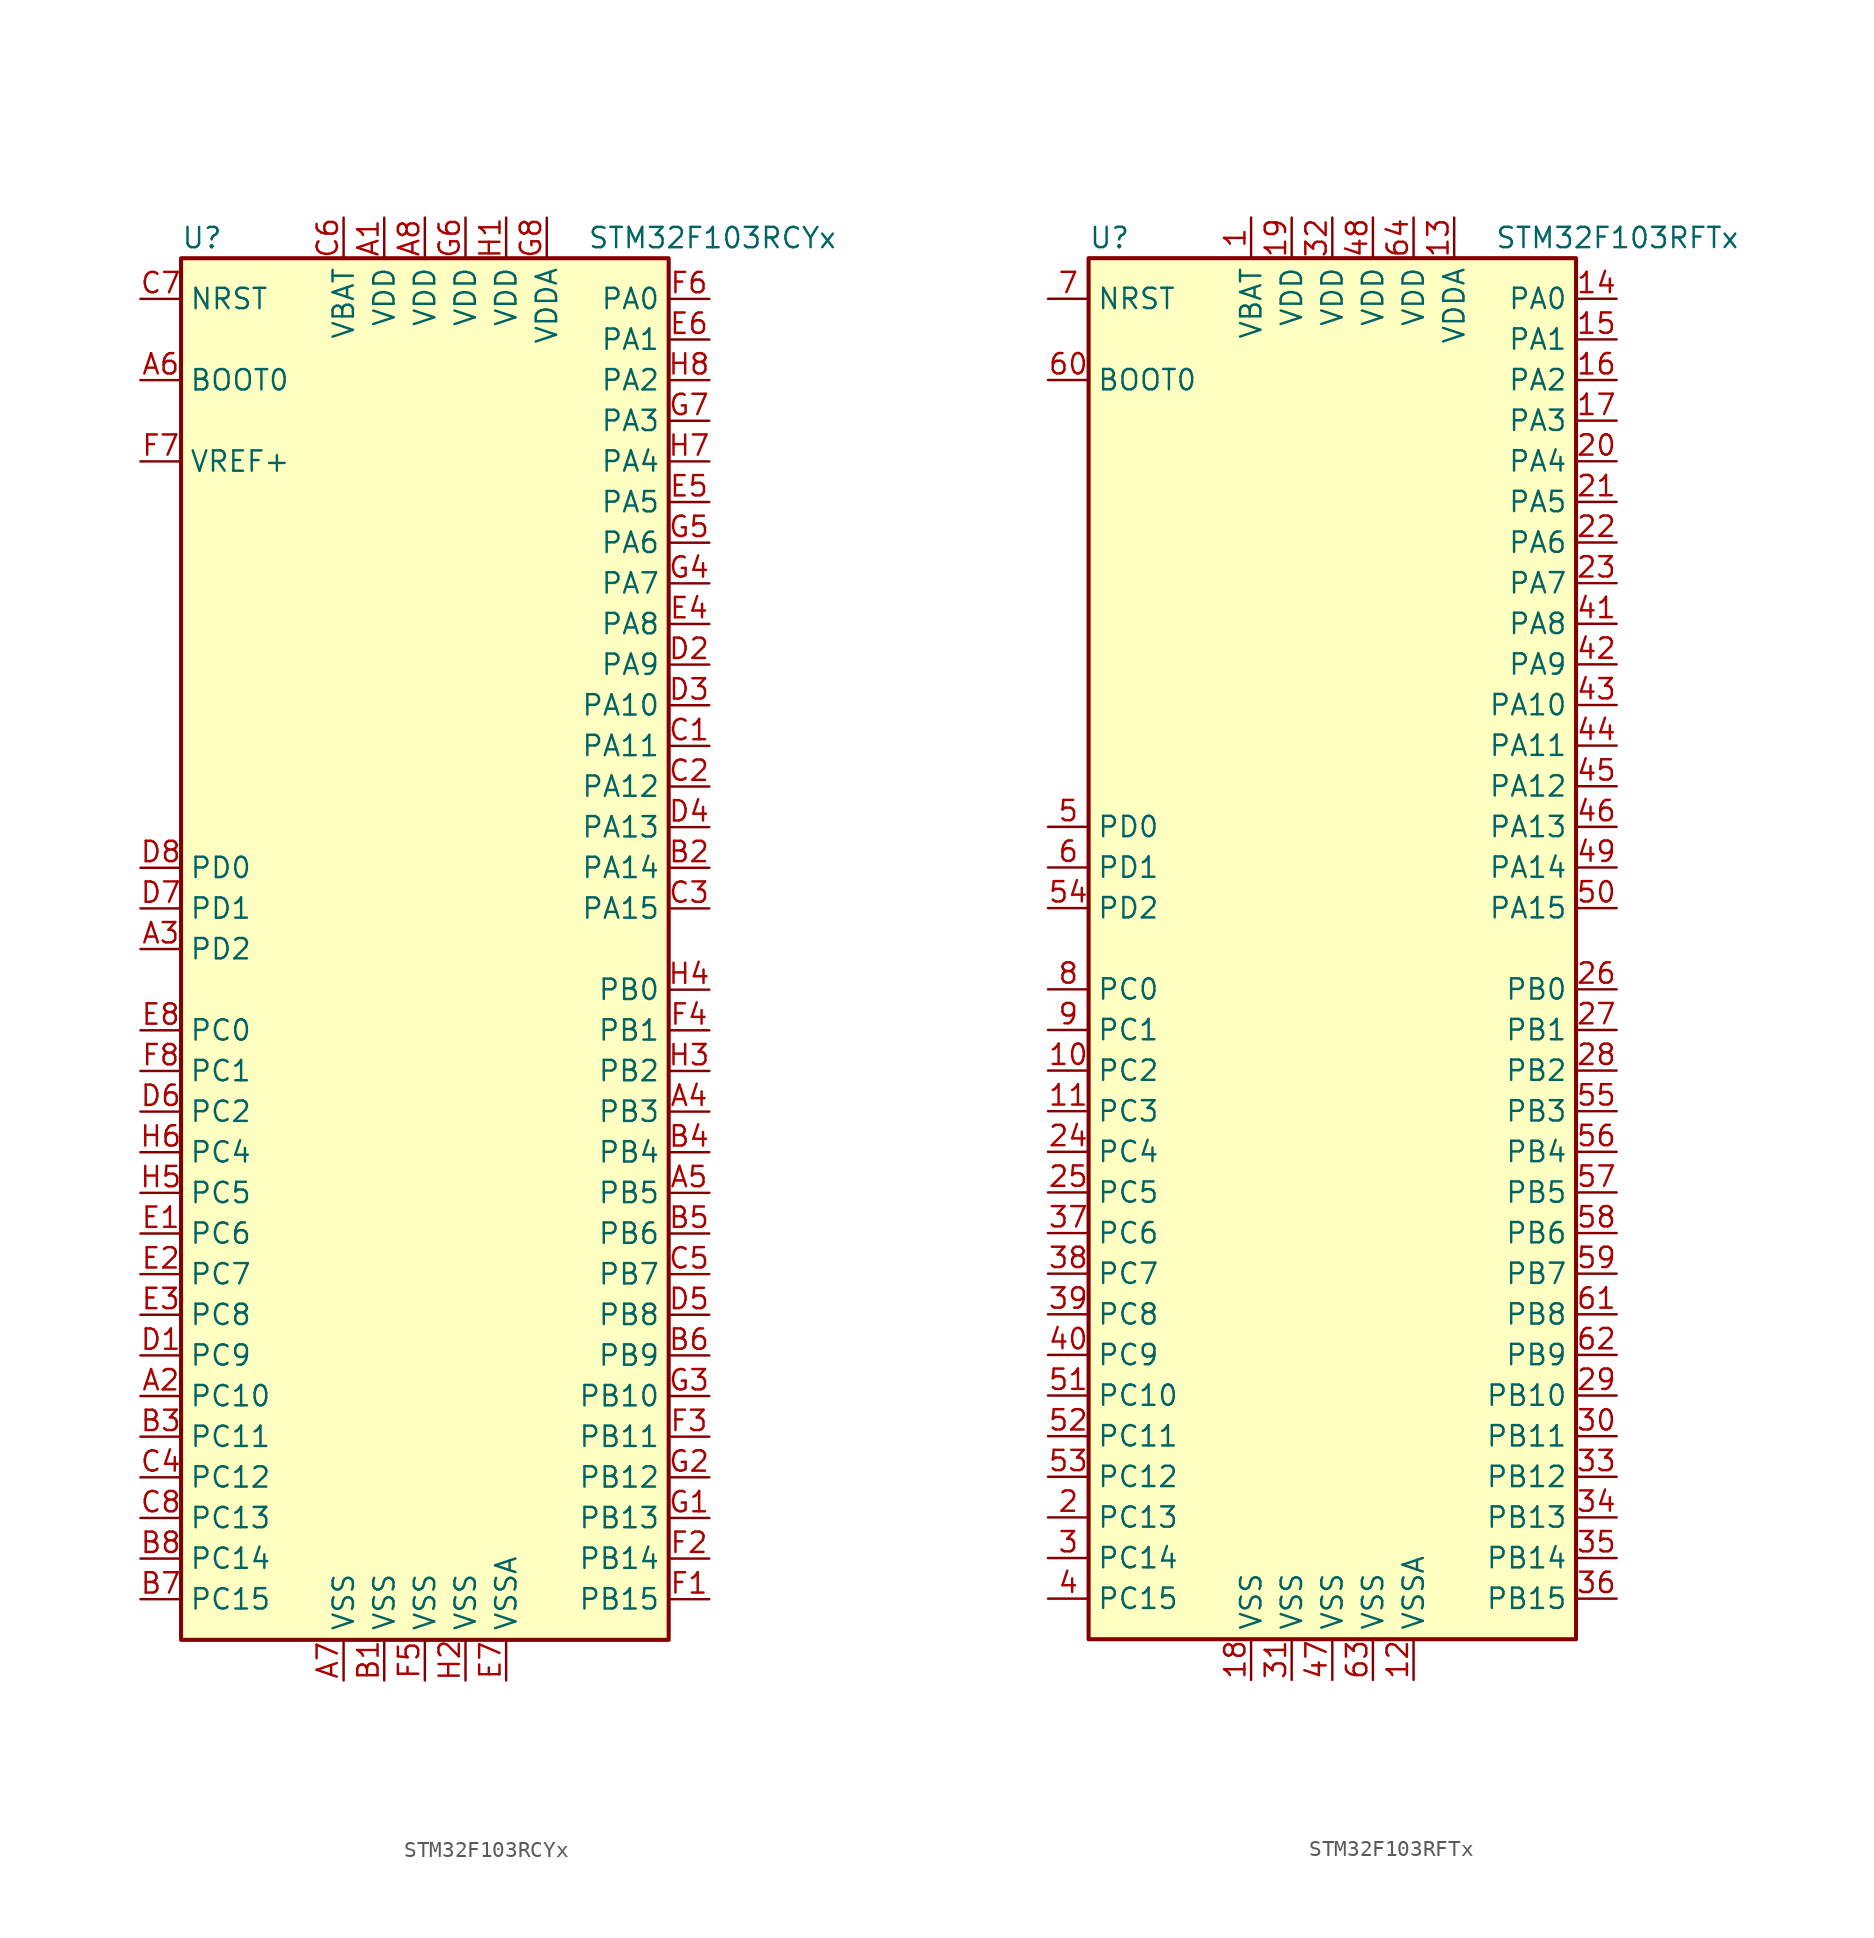
<source format=kicad_sym>
(kicad_symbol_lib
  (version 20201005)
  (generator kicad_symbol_editor)
  (symbol "STM32F103RCYx"
    (property "Reference" "U"
      (at -15.24 44.45 0)
      (effects (font (size 1.27 1.27)) (justify left)))
    (property "Value" "STM32F103RCYx"
      (at 10.16 44.45 0)
      (effects (font (size 1.27 1.27)) (justify left)))
    (symbol "STM32F103RCYx_0_1"
      (rectangle (start -15.24 -43.18) (end 15.24 43.18) (stroke (width 0.254)) (fill (type background))))
    (symbol "STM32F103RCYx_1_1"
      (pin input line (at -17.78 35.56 0) (length 2.54) (name "BOOT0" (effects (font (size 1.27 1.27)))) (number "A6" (effects (font (size 1.27 1.27)))))
      (pin input line (at -17.78 40.64 0) (length 2.54) (name "NRST" (effects (font (size 1.27 1.27)))) (number "C7" (effects (font (size 1.27 1.27)))))
      (pin bidirectional line (at 17.78 40.64 180) (length 2.54) (name "PA0" (effects (font (size 1.27 1.27)))) (number "F6" (effects (font (size 1.27 1.27)))))
      (pin bidirectional line (at 17.78 38.1 180) (length 2.54) (name "PA1" (effects (font (size 1.27 1.27)))) (number "E6" (effects (font (size 1.27 1.27)))))
      (pin bidirectional line (at 17.78 15.24 180) (length 2.54) (name "PA10" (effects (font (size 1.27 1.27)))) (number "D3" (effects (font (size 1.27 1.27)))))
      (pin bidirectional line (at 17.78 12.7 180) (length 2.54) (name "PA11" (effects (font (size 1.27 1.27)))) (number "C1" (effects (font (size 1.27 1.27)))))
      (pin bidirectional line (at 17.78 10.16 180) (length 2.54) (name "PA12" (effects (font (size 1.27 1.27)))) (number "C2" (effects (font (size 1.27 1.27)))))
      (pin bidirectional line (at 17.78 7.62 180) (length 2.54) (name "PA13" (effects (font (size 1.27 1.27)))) (number "D4" (effects (font (size 1.27 1.27)))))
      (pin bidirectional line (at 17.78 5.08 180) (length 2.54) (name "PA14" (effects (font (size 1.27 1.27)))) (number "B2" (effects (font (size 1.27 1.27)))))
      (pin bidirectional line (at 17.78 2.54 180) (length 2.54) (name "PA15" (effects (font (size 1.27 1.27)))) (number "C3" (effects (font (size 1.27 1.27)))))
      (pin bidirectional line (at 17.78 35.56 180) (length 2.54) (name "PA2" (effects (font (size 1.27 1.27)))) (number "H8" (effects (font (size 1.27 1.27)))))
      (pin bidirectional line (at 17.78 33.02 180) (length 2.54) (name "PA3" (effects (font (size 1.27 1.27)))) (number "G7" (effects (font (size 1.27 1.27)))))
      (pin bidirectional line (at 17.78 30.48 180) (length 2.54) (name "PA4" (effects (font (size 1.27 1.27)))) (number "H7" (effects (font (size 1.27 1.27)))))
      (pin bidirectional line (at 17.78 27.94 180) (length 2.54) (name "PA5" (effects (font (size 1.27 1.27)))) (number "E5" (effects (font (size 1.27 1.27)))))
      (pin bidirectional line (at 17.78 25.4 180) (length 2.54) (name "PA6" (effects (font (size 1.27 1.27)))) (number "G5" (effects (font (size 1.27 1.27)))))
      (pin bidirectional line (at 17.78 22.86 180) (length 2.54) (name "PA7" (effects (font (size 1.27 1.27)))) (number "G4" (effects (font (size 1.27 1.27)))))
      (pin bidirectional line (at 17.78 20.32 180) (length 2.54) (name "PA8" (effects (font (size 1.27 1.27)))) (number "E4" (effects (font (size 1.27 1.27)))))
      (pin bidirectional line (at 17.78 17.78 180) (length 2.54) (name "PA9" (effects (font (size 1.27 1.27)))) (number "D2" (effects (font (size 1.27 1.27)))))
      (pin bidirectional line (at 17.78 -2.54 180) (length 2.54) (name "PB0" (effects (font (size 1.27 1.27)))) (number "H4" (effects (font (size 1.27 1.27)))))
      (pin bidirectional line (at 17.78 -5.08 180) (length 2.54) (name "PB1" (effects (font (size 1.27 1.27)))) (number "F4" (effects (font (size 1.27 1.27)))))
      (pin bidirectional line (at 17.78 -27.94 180) (length 2.54) (name "PB10" (effects (font (size 1.27 1.27)))) (number "G3" (effects (font (size 1.27 1.27)))))
      (pin bidirectional line (at 17.78 -30.48 180) (length 2.54) (name "PB11" (effects (font (size 1.27 1.27)))) (number "F3" (effects (font (size 1.27 1.27)))))
      (pin bidirectional line (at 17.78 -33.02 180) (length 2.54) (name "PB12" (effects (font (size 1.27 1.27)))) (number "G2" (effects (font (size 1.27 1.27)))))
      (pin bidirectional line (at 17.78 -35.56 180) (length 2.54) (name "PB13" (effects (font (size 1.27 1.27)))) (number "G1" (effects (font (size 1.27 1.27)))))
      (pin bidirectional line (at 17.78 -38.1 180) (length 2.54) (name "PB14" (effects (font (size 1.27 1.27)))) (number "F2" (effects (font (size 1.27 1.27)))))
      (pin bidirectional line (at 17.78 -40.64 180) (length 2.54) (name "PB15" (effects (font (size 1.27 1.27)))) (number "F1" (effects (font (size 1.27 1.27)))))
      (pin bidirectional line (at 17.78 -7.62 180) (length 2.54) (name "PB2" (effects (font (size 1.27 1.27)))) (number "H3" (effects (font (size 1.27 1.27)))))
      (pin bidirectional line (at 17.78 -10.16 180) (length 2.54) (name "PB3" (effects (font (size 1.27 1.27)))) (number "A4" (effects (font (size 1.27 1.27)))))
      (pin bidirectional line (at 17.78 -12.7 180) (length 2.54) (name "PB4" (effects (font (size 1.27 1.27)))) (number "B4" (effects (font (size 1.27 1.27)))))
      (pin bidirectional line (at 17.78 -15.24 180) (length 2.54) (name "PB5" (effects (font (size 1.27 1.27)))) (number "A5" (effects (font (size 1.27 1.27)))))
      (pin bidirectional line (at 17.78 -17.78 180) (length 2.54) (name "PB6" (effects (font (size 1.27 1.27)))) (number "B5" (effects (font (size 1.27 1.27)))))
      (pin bidirectional line (at 17.78 -20.32 180) (length 2.54) (name "PB7" (effects (font (size 1.27 1.27)))) (number "C5" (effects (font (size 1.27 1.27)))))
      (pin bidirectional line (at 17.78 -22.86 180) (length 2.54) (name "PB8" (effects (font (size 1.27 1.27)))) (number "D5" (effects (font (size 1.27 1.27)))))
      (pin bidirectional line (at 17.78 -25.4 180) (length 2.54) (name "PB9" (effects (font (size 1.27 1.27)))) (number "B6" (effects (font (size 1.27 1.27)))))
      (pin bidirectional line (at -17.78 -5.08 0) (length 2.54) (name "PC0" (effects (font (size 1.27 1.27)))) (number "E8" (effects (font (size 1.27 1.27)))))
      (pin bidirectional line (at -17.78 -7.62 0) (length 2.54) (name "PC1" (effects (font (size 1.27 1.27)))) (number "F8" (effects (font (size 1.27 1.27)))))
      (pin bidirectional line (at -17.78 -27.94 0) (length 2.54) (name "PC10" (effects (font (size 1.27 1.27)))) (number "A2" (effects (font (size 1.27 1.27)))))
      (pin bidirectional line (at -17.78 -30.48 0) (length 2.54) (name "PC11" (effects (font (size 1.27 1.27)))) (number "B3" (effects (font (size 1.27 1.27)))))
      (pin bidirectional line (at -17.78 -33.02 0) (length 2.54) (name "PC12" (effects (font (size 1.27 1.27)))) (number "C4" (effects (font (size 1.27 1.27)))))
      (pin bidirectional line (at -17.78 -35.56 0) (length 2.54) (name "PC13" (effects (font (size 1.27 1.27)))) (number "C8" (effects (font (size 1.27 1.27)))))
      (pin bidirectional line (at -17.78 -38.1 0) (length 2.54) (name "PC14" (effects (font (size 1.27 1.27)))) (number "B8" (effects (font (size 1.27 1.27)))))
      (pin bidirectional line (at -17.78 -40.64 0) (length 2.54) (name "PC15" (effects (font (size 1.27 1.27)))) (number "B7" (effects (font (size 1.27 1.27)))))
      (pin bidirectional line (at -17.78 -10.16 0) (length 2.54) (name "PC2" (effects (font (size 1.27 1.27)))) (number "D6" (effects (font (size 1.27 1.27)))))
      (pin bidirectional line (at -17.78 -12.7 0) (length 2.54) (name "PC4" (effects (font (size 1.27 1.27)))) (number "H6" (effects (font (size 1.27 1.27)))))
      (pin bidirectional line (at -17.78 -15.24 0) (length 2.54) (name "PC5" (effects (font (size 1.27 1.27)))) (number "H5" (effects (font (size 1.27 1.27)))))
      (pin bidirectional line (at -17.78 -17.78 0) (length 2.54) (name "PC6" (effects (font (size 1.27 1.27)))) (number "E1" (effects (font (size 1.27 1.27)))))
      (pin bidirectional line (at -17.78 -20.32 0) (length 2.54) (name "PC7" (effects (font (size 1.27 1.27)))) (number "E2" (effects (font (size 1.27 1.27)))))
      (pin bidirectional line (at -17.78 -22.86 0) (length 2.54) (name "PC8" (effects (font (size 1.27 1.27)))) (number "E3" (effects (font (size 1.27 1.27)))))
      (pin bidirectional line (at -17.78 -25.4 0) (length 2.54) (name "PC9" (effects (font (size 1.27 1.27)))) (number "D1" (effects (font (size 1.27 1.27)))))
      (pin input line (at -17.78 5.08 0) (length 2.54) (name "PD0" (effects (font (size 1.27 1.27)))) (number "D8" (effects (font (size 1.27 1.27)))))
      (pin input line (at -17.78 2.54 0) (length 2.54) (name "PD1" (effects (font (size 1.27 1.27)))) (number "D7" (effects (font (size 1.27 1.27)))))
      (pin bidirectional line (at -17.78 0 0) (length 2.54) (name "PD2" (effects (font (size 1.27 1.27)))) (number "A3" (effects (font (size 1.27 1.27)))))
      (pin power_in line (at -5.08 45.72 270) (length 2.54) (name "VBAT" (effects (font (size 1.27 1.27)))) (number "C6" (effects (font (size 1.27 1.27)))))
      (pin power_in line (at -2.54 45.72 270) (length 2.54) (name "VDD" (effects (font (size 1.27 1.27)))) (number "A1" (effects (font (size 1.27 1.27)))))
      (pin power_in line (at 0 45.72 270) (length 2.54) (name "VDD" (effects (font (size 1.27 1.27)))) (number "A8" (effects (font (size 1.27 1.27)))))
      (pin power_in line (at 2.54 45.72 270) (length 2.54) (name "VDD" (effects (font (size 1.27 1.27)))) (number "G6" (effects (font (size 1.27 1.27)))))
      (pin power_in line (at 5.08 45.72 270) (length 2.54) (name "VDD" (effects (font (size 1.27 1.27)))) (number "H1" (effects (font (size 1.27 1.27)))))
      (pin power_in line (at 7.62 45.72 270) (length 2.54) (name "VDDA" (effects (font (size 1.27 1.27)))) (number "G8" (effects (font (size 1.27 1.27)))))
      (pin power_in line (at -17.78 30.48 0) (length 2.54) (name "VREF+" (effects (font (size 1.27 1.27)))) (number "F7" (effects (font (size 1.27 1.27)))))
      (pin power_in line (at -5.08 -45.72 90) (length 2.54) (name "VSS" (effects (font (size 1.27 1.27)))) (number "A7" (effects (font (size 1.27 1.27)))))
      (pin power_in line (at -2.54 -45.72 90) (length 2.54) (name "VSS" (effects (font (size 1.27 1.27)))) (number "B1" (effects (font (size 1.27 1.27)))))
      (pin power_in line (at 0 -45.72 90) (length 2.54) (name "VSS" (effects (font (size 1.27 1.27)))) (number "F5" (effects (font (size 1.27 1.27)))))
      (pin power_in line (at 2.54 -45.72 90) (length 2.54) (name "VSS" (effects (font (size 1.27 1.27)))) (number "H2" (effects (font (size 1.27 1.27)))))
      (pin power_in line (at 5.08 -45.72 90) (length 2.54) (name "VSSA" (effects (font (size 1.27 1.27)))) (number "E7" (effects (font (size 1.27 1.27)))))))
  (symbol "STM32F103RFTx"
    (property "Reference" "U"
      (at -15.24 44.45 0)
      (effects (font (size 1.27 1.27)) (justify left)))
    (property "Value" "STM32F103RFTx"
      (at 10.16 44.45 0)
      (effects (font (size 1.27 1.27)) (justify left)))
    (symbol "STM32F103RFTx_0_1"
      (rectangle (start -15.24 -43.18) (end 15.24 43.18) (stroke (width 0.254)) (fill (type background))))
    (symbol "STM32F103RFTx_1_1"
      (pin input line (at -17.78 35.56 0) (length 2.54) (name "BOOT0" (effects (font (size 1.27 1.27)))) (number "60" (effects (font (size 1.27 1.27)))))
      (pin input line (at -17.78 40.64 0) (length 2.54) (name "NRST" (effects (font (size 1.27 1.27)))) (number "7" (effects (font (size 1.27 1.27)))))
      (pin bidirectional line (at 17.78 40.64 180) (length 2.54) (name "PA0" (effects (font (size 1.27 1.27)))) (number "14" (effects (font (size 1.27 1.27)))))
      (pin bidirectional line (at 17.78 38.1 180) (length 2.54) (name "PA1" (effects (font (size 1.27 1.27)))) (number "15" (effects (font (size 1.27 1.27)))))
      (pin bidirectional line (at 17.78 15.24 180) (length 2.54) (name "PA10" (effects (font (size 1.27 1.27)))) (number "43" (effects (font (size 1.27 1.27)))))
      (pin bidirectional line (at 17.78 12.7 180) (length 2.54) (name "PA11" (effects (font (size 1.27 1.27)))) (number "44" (effects (font (size 1.27 1.27)))))
      (pin bidirectional line (at 17.78 10.16 180) (length 2.54) (name "PA12" (effects (font (size 1.27 1.27)))) (number "45" (effects (font (size 1.27 1.27)))))
      (pin bidirectional line (at 17.78 7.62 180) (length 2.54) (name "PA13" (effects (font (size 1.27 1.27)))) (number "46" (effects (font (size 1.27 1.27)))))
      (pin bidirectional line (at 17.78 5.08 180) (length 2.54) (name "PA14" (effects (font (size 1.27 1.27)))) (number "49" (effects (font (size 1.27 1.27)))))
      (pin bidirectional line (at 17.78 2.54 180) (length 2.54) (name "PA15" (effects (font (size 1.27 1.27)))) (number "50" (effects (font (size 1.27 1.27)))))
      (pin bidirectional line (at 17.78 35.56 180) (length 2.54) (name "PA2" (effects (font (size 1.27 1.27)))) (number "16" (effects (font (size 1.27 1.27)))))
      (pin bidirectional line (at 17.78 33.02 180) (length 2.54) (name "PA3" (effects (font (size 1.27 1.27)))) (number "17" (effects (font (size 1.27 1.27)))))
      (pin bidirectional line (at 17.78 30.48 180) (length 2.54) (name "PA4" (effects (font (size 1.27 1.27)))) (number "20" (effects (font (size 1.27 1.27)))))
      (pin bidirectional line (at 17.78 27.94 180) (length 2.54) (name "PA5" (effects (font (size 1.27 1.27)))) (number "21" (effects (font (size 1.27 1.27)))))
      (pin bidirectional line (at 17.78 25.4 180) (length 2.54) (name "PA6" (effects (font (size 1.27 1.27)))) (number "22" (effects (font (size 1.27 1.27)))))
      (pin bidirectional line (at 17.78 22.86 180) (length 2.54) (name "PA7" (effects (font (size 1.27 1.27)))) (number "23" (effects (font (size 1.27 1.27)))))
      (pin bidirectional line (at 17.78 20.32 180) (length 2.54) (name "PA8" (effects (font (size 1.27 1.27)))) (number "41" (effects (font (size 1.27 1.27)))))
      (pin bidirectional line (at 17.78 17.78 180) (length 2.54) (name "PA9" (effects (font (size 1.27 1.27)))) (number "42" (effects (font (size 1.27 1.27)))))
      (pin bidirectional line (at 17.78 -2.54 180) (length 2.54) (name "PB0" (effects (font (size 1.27 1.27)))) (number "26" (effects (font (size 1.27 1.27)))))
      (pin bidirectional line (at 17.78 -5.08 180) (length 2.54) (name "PB1" (effects (font (size 1.27 1.27)))) (number "27" (effects (font (size 1.27 1.27)))))
      (pin bidirectional line (at 17.78 -27.94 180) (length 2.54) (name "PB10" (effects (font (size 1.27 1.27)))) (number "29" (effects (font (size 1.27 1.27)))))
      (pin bidirectional line (at 17.78 -30.48 180) (length 2.54) (name "PB11" (effects (font (size 1.27 1.27)))) (number "30" (effects (font (size 1.27 1.27)))))
      (pin bidirectional line (at 17.78 -33.02 180) (length 2.54) (name "PB12" (effects (font (size 1.27 1.27)))) (number "33" (effects (font (size 1.27 1.27)))))
      (pin bidirectional line (at 17.78 -35.56 180) (length 2.54) (name "PB13" (effects (font (size 1.27 1.27)))) (number "34" (effects (font (size 1.27 1.27)))))
      (pin bidirectional line (at 17.78 -38.1 180) (length 2.54) (name "PB14" (effects (font (size 1.27 1.27)))) (number "35" (effects (font (size 1.27 1.27)))))
      (pin bidirectional line (at 17.78 -40.64 180) (length 2.54) (name "PB15" (effects (font (size 1.27 1.27)))) (number "36" (effects (font (size 1.27 1.27)))))
      (pin bidirectional line (at 17.78 -7.62 180) (length 2.54) (name "PB2" (effects (font (size 1.27 1.27)))) (number "28" (effects (font (size 1.27 1.27)))))
      (pin bidirectional line (at 17.78 -10.16 180) (length 2.54) (name "PB3" (effects (font (size 1.27 1.27)))) (number "55" (effects (font (size 1.27 1.27)))))
      (pin bidirectional line (at 17.78 -12.7 180) (length 2.54) (name "PB4" (effects (font (size 1.27 1.27)))) (number "56" (effects (font (size 1.27 1.27)))))
      (pin bidirectional line (at 17.78 -15.24 180) (length 2.54) (name "PB5" (effects (font (size 1.27 1.27)))) (number "57" (effects (font (size 1.27 1.27)))))
      (pin bidirectional line (at 17.78 -17.78 180) (length 2.54) (name "PB6" (effects (font (size 1.27 1.27)))) (number "58" (effects (font (size 1.27 1.27)))))
      (pin bidirectional line (at 17.78 -20.32 180) (length 2.54) (name "PB7" (effects (font (size 1.27 1.27)))) (number "59" (effects (font (size 1.27 1.27)))))
      (pin bidirectional line (at 17.78 -22.86 180) (length 2.54) (name "PB8" (effects (font (size 1.27 1.27)))) (number "61" (effects (font (size 1.27 1.27)))))
      (pin bidirectional line (at 17.78 -25.4 180) (length 2.54) (name "PB9" (effects (font (size 1.27 1.27)))) (number "62" (effects (font (size 1.27 1.27)))))
      (pin bidirectional line (at -17.78 -2.54 0) (length 2.54) (name "PC0" (effects (font (size 1.27 1.27)))) (number "8" (effects (font (size 1.27 1.27)))))
      (pin bidirectional line (at -17.78 -5.08 0) (length 2.54) (name "PC1" (effects (font (size 1.27 1.27)))) (number "9" (effects (font (size 1.27 1.27)))))
      (pin bidirectional line (at -17.78 -27.94 0) (length 2.54) (name "PC10" (effects (font (size 1.27 1.27)))) (number "51" (effects (font (size 1.27 1.27)))))
      (pin bidirectional line (at -17.78 -30.48 0) (length 2.54) (name "PC11" (effects (font (size 1.27 1.27)))) (number "52" (effects (font (size 1.27 1.27)))))
      (pin bidirectional line (at -17.78 -33.02 0) (length 2.54) (name "PC12" (effects (font (size 1.27 1.27)))) (number "53" (effects (font (size 1.27 1.27)))))
      (pin bidirectional line (at -17.78 -35.56 0) (length 2.54) (name "PC13" (effects (font (size 1.27 1.27)))) (number "2" (effects (font (size 1.27 1.27)))))
      (pin bidirectional line (at -17.78 -38.1 0) (length 2.54) (name "PC14" (effects (font (size 1.27 1.27)))) (number "3" (effects (font (size 1.27 1.27)))))
      (pin bidirectional line (at -17.78 -40.64 0) (length 2.54) (name "PC15" (effects (font (size 1.27 1.27)))) (number "4" (effects (font (size 1.27 1.27)))))
      (pin bidirectional line (at -17.78 -7.62 0) (length 2.54) (name "PC2" (effects (font (size 1.27 1.27)))) (number "10" (effects (font (size 1.27 1.27)))))
      (pin bidirectional line (at -17.78 -10.16 0) (length 2.54) (name "PC3" (effects (font (size 1.27 1.27)))) (number "11" (effects (font (size 1.27 1.27)))))
      (pin bidirectional line (at -17.78 -12.7 0) (length 2.54) (name "PC4" (effects (font (size 1.27 1.27)))) (number "24" (effects (font (size 1.27 1.27)))))
      (pin bidirectional line (at -17.78 -15.24 0) (length 2.54) (name "PC5" (effects (font (size 1.27 1.27)))) (number "25" (effects (font (size 1.27 1.27)))))
      (pin bidirectional line (at -17.78 -17.78 0) (length 2.54) (name "PC6" (effects (font (size 1.27 1.27)))) (number "37" (effects (font (size 1.27 1.27)))))
      (pin bidirectional line (at -17.78 -20.32 0) (length 2.54) (name "PC7" (effects (font (size 1.27 1.27)))) (number "38" (effects (font (size 1.27 1.27)))))
      (pin bidirectional line (at -17.78 -22.86 0) (length 2.54) (name "PC8" (effects (font (size 1.27 1.27)))) (number "39" (effects (font (size 1.27 1.27)))))
      (pin bidirectional line (at -17.78 -25.4 0) (length 2.54) (name "PC9" (effects (font (size 1.27 1.27)))) (number "40" (effects (font (size 1.27 1.27)))))
      (pin input line (at -17.78 7.62 0) (length 2.54) (name "PD0" (effects (font (size 1.27 1.27)))) (number "5" (effects (font (size 1.27 1.27)))))
      (pin input line (at -17.78 5.08 0) (length 2.54) (name "PD1" (effects (font (size 1.27 1.27)))) (number "6" (effects (font (size 1.27 1.27)))))
      (pin bidirectional line (at -17.78 2.54 0) (length 2.54) (name "PD2" (effects (font (size 1.27 1.27)))) (number "54" (effects (font (size 1.27 1.27)))))
      (pin power_in line (at -5.08 45.72 270) (length 2.54) (name "VBAT" (effects (font (size 1.27 1.27)))) (number "1" (effects (font (size 1.27 1.27)))))
      (pin power_in line (at -2.54 45.72 270) (length 2.54) (name "VDD" (effects (font (size 1.27 1.27)))) (number "19" (effects (font (size 1.27 1.27)))))
      (pin power_in line (at 0 45.72 270) (length 2.54) (name "VDD" (effects (font (size 1.27 1.27)))) (number "32" (effects (font (size 1.27 1.27)))))
      (pin power_in line (at 2.54 45.72 270) (length 2.54) (name "VDD" (effects (font (size 1.27 1.27)))) (number "48" (effects (font (size 1.27 1.27)))))
      (pin power_in line (at 5.08 45.72 270) (length 2.54) (name "VDD" (effects (font (size 1.27 1.27)))) (number "64" (effects (font (size 1.27 1.27)))))
      (pin power_in line (at 7.62 45.72 270) (length 2.54) (name "VDDA" (effects (font (size 1.27 1.27)))) (number "13" (effects (font (size 1.27 1.27)))))
      (pin power_in line (at -5.08 -45.72 90) (length 2.54) (name "VSS" (effects (font (size 1.27 1.27)))) (number "18" (effects (font (size 1.27 1.27)))))
      (pin power_in line (at -2.54 -45.72 90) (length 2.54) (name "VSS" (effects (font (size 1.27 1.27)))) (number "31" (effects (font (size 1.27 1.27)))))
      (pin power_in line (at 0 -45.72 90) (length 2.54) (name "VSS" (effects (font (size 1.27 1.27)))) (number "47" (effects (font (size 1.27 1.27)))))
      (pin power_in line (at 2.54 -45.72 90) (length 2.54) (name "VSS" (effects (font (size 1.27 1.27)))) (number "63" (effects (font (size 1.27 1.27)))))
      (pin power_in line (at 5.08 -45.72 90) (length 2.54) (name "VSSA" (effects (font (size 1.27 1.27)))) (number "12" (effects (font (size 1.27 1.27))))))))
</source>
